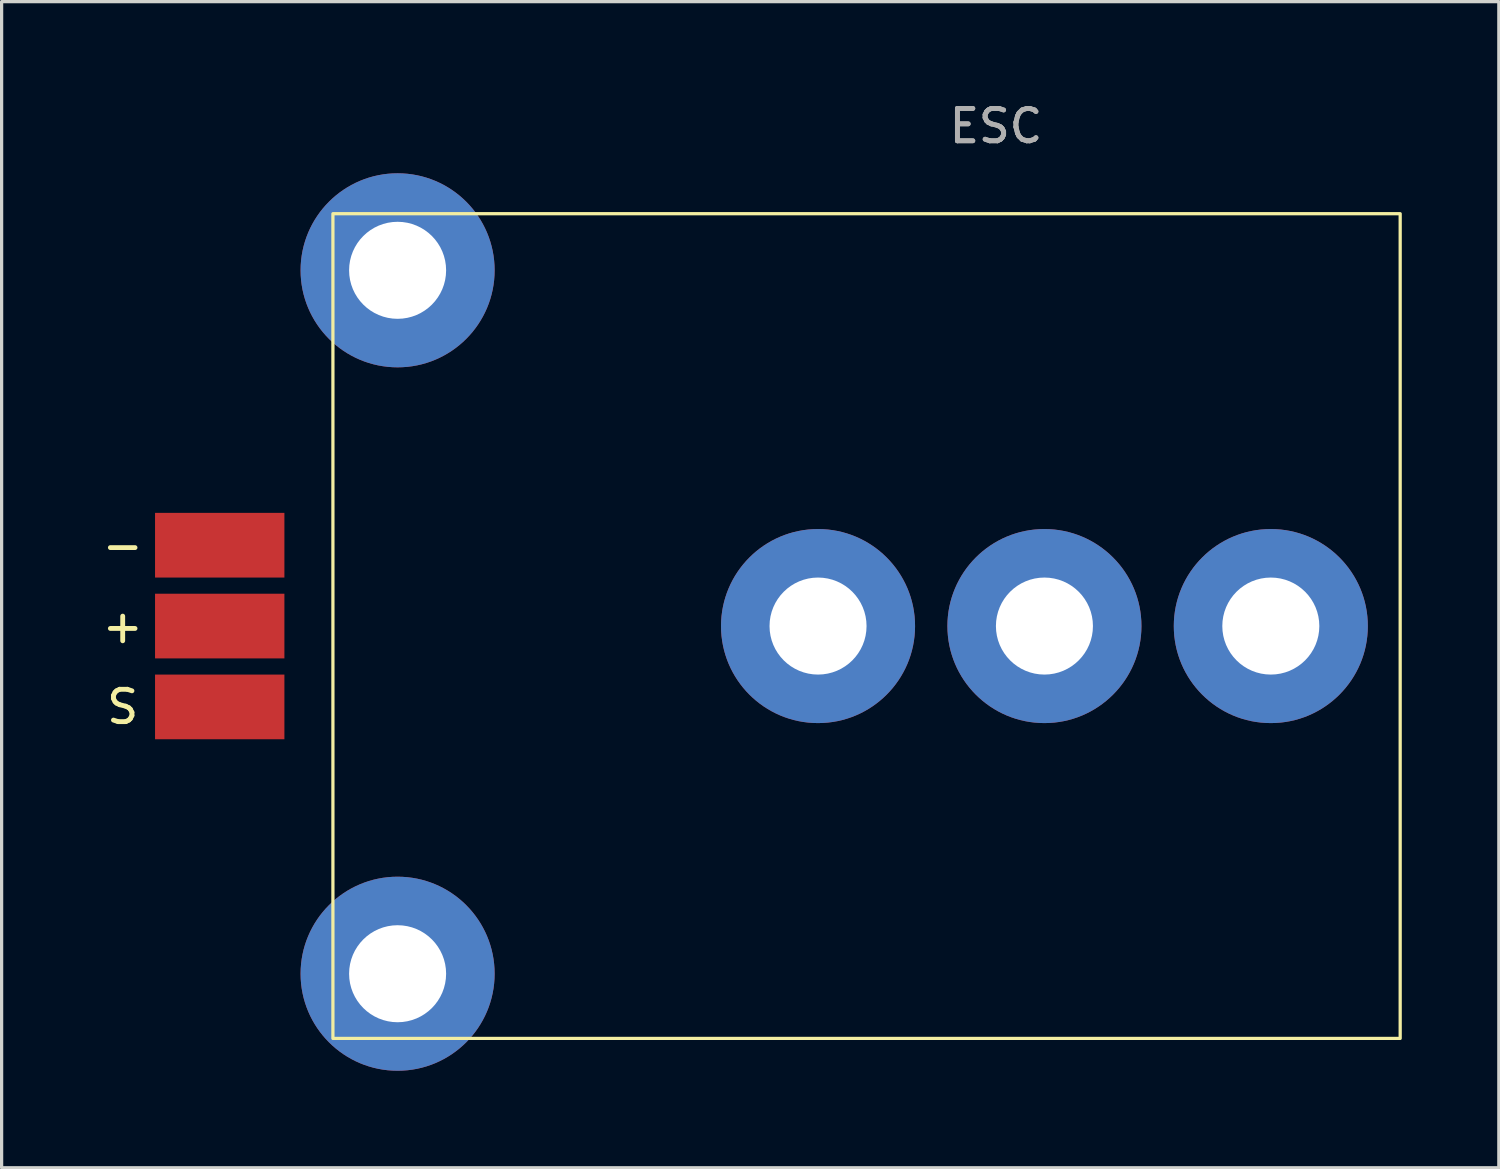
<source format=kicad_pcb>
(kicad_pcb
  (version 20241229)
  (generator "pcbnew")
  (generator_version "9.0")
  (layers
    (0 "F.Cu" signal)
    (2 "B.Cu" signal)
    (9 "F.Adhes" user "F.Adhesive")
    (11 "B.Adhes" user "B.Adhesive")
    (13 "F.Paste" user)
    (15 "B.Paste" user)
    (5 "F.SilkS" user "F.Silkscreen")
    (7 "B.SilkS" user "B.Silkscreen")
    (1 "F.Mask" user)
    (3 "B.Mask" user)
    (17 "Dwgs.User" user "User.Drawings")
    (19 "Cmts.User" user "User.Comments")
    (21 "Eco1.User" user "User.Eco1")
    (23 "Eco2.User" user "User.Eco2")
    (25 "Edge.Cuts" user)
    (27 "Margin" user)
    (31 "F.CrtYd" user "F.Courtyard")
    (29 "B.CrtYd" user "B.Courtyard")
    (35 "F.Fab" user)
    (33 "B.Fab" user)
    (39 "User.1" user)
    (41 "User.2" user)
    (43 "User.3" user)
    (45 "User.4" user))
  (footprint "ESC"
    (layer "F.Cu")
    (at 23.744 16.308)
    (property "Reference" "ESC" (at 4 -15.46 0) (unlocked yes) (layer "F.Fab") (effects (font (size 1 1) (thickness 0.15))))
    (fp_rect (start -16.5 -12.75) (end 16.5 12.75) (stroke (width 0.1) (type solid)) (fill no) (layer "F.SilkS"))
    (fp_text user "S" (at -23 2.5 0) (unlocked yes) (layer "F.SilkS") (effects (font (size 1 1) (thickness 0.15))))
    (fp_text user "-" (at -23 -2.5 0) (unlocked yes) (layer "F.SilkS") (effects (font (size 1 1) (thickness 0.15))))
    (fp_text user "+" (at -23 0 0) (unlocked yes) (layer "F.SilkS") (effects (font (size 1 1) (thickness 0.15))))
    (fp_text user "${REFERENCE}" (at 4 -15.46 0) (unlocked yes) (layer "F.Fab") (effects (font (size 1 1) (thickness 0.15))))
    (pad "1" thru_hole circle (at -14.5 10.75) (size 6 6) (drill 3) (layers "*.Cu" "*.Mask"))
    (pad "2" thru_hole circle (at -14.5 -11) (size 6 6) (drill 3) (layers "*.Cu" "*.Mask"))
    (pad "3" thru_hole circle (at -1.5 0) (size 6 6) (drill 3) (layers "*.Cu" "*.Mask"))
    (pad "4" thru_hole circle (at 5.5 0) (size 6 6) (drill 3) (layers "*.Cu" "*.Mask"))
    (pad "5" thru_hole circle (at 12.5 0) (size 6 6) (drill 3) (layers "*.Cu" "*.Mask"))
    (pad "6" smd rect (at -20 2.5) (size 4 2) (layers "F.Cu" "F.Mask" "F.Paste"))
    (pad "7" smd rect (at -20 0) (size 4 2) (layers "F.Cu" "F.Mask" "F.Paste"))
    (pad "8" smd rect (at -20 -2.5) (size 4 2) (layers "F.Cu" "F.Mask" "F.Paste")))
  (gr_rect
    (start -3 -3)
    (end 43.294 33.058)
    (stroke (width 0.1) (type default))
    (fill no)
    (layer "Edge.Cuts")))
</source>
